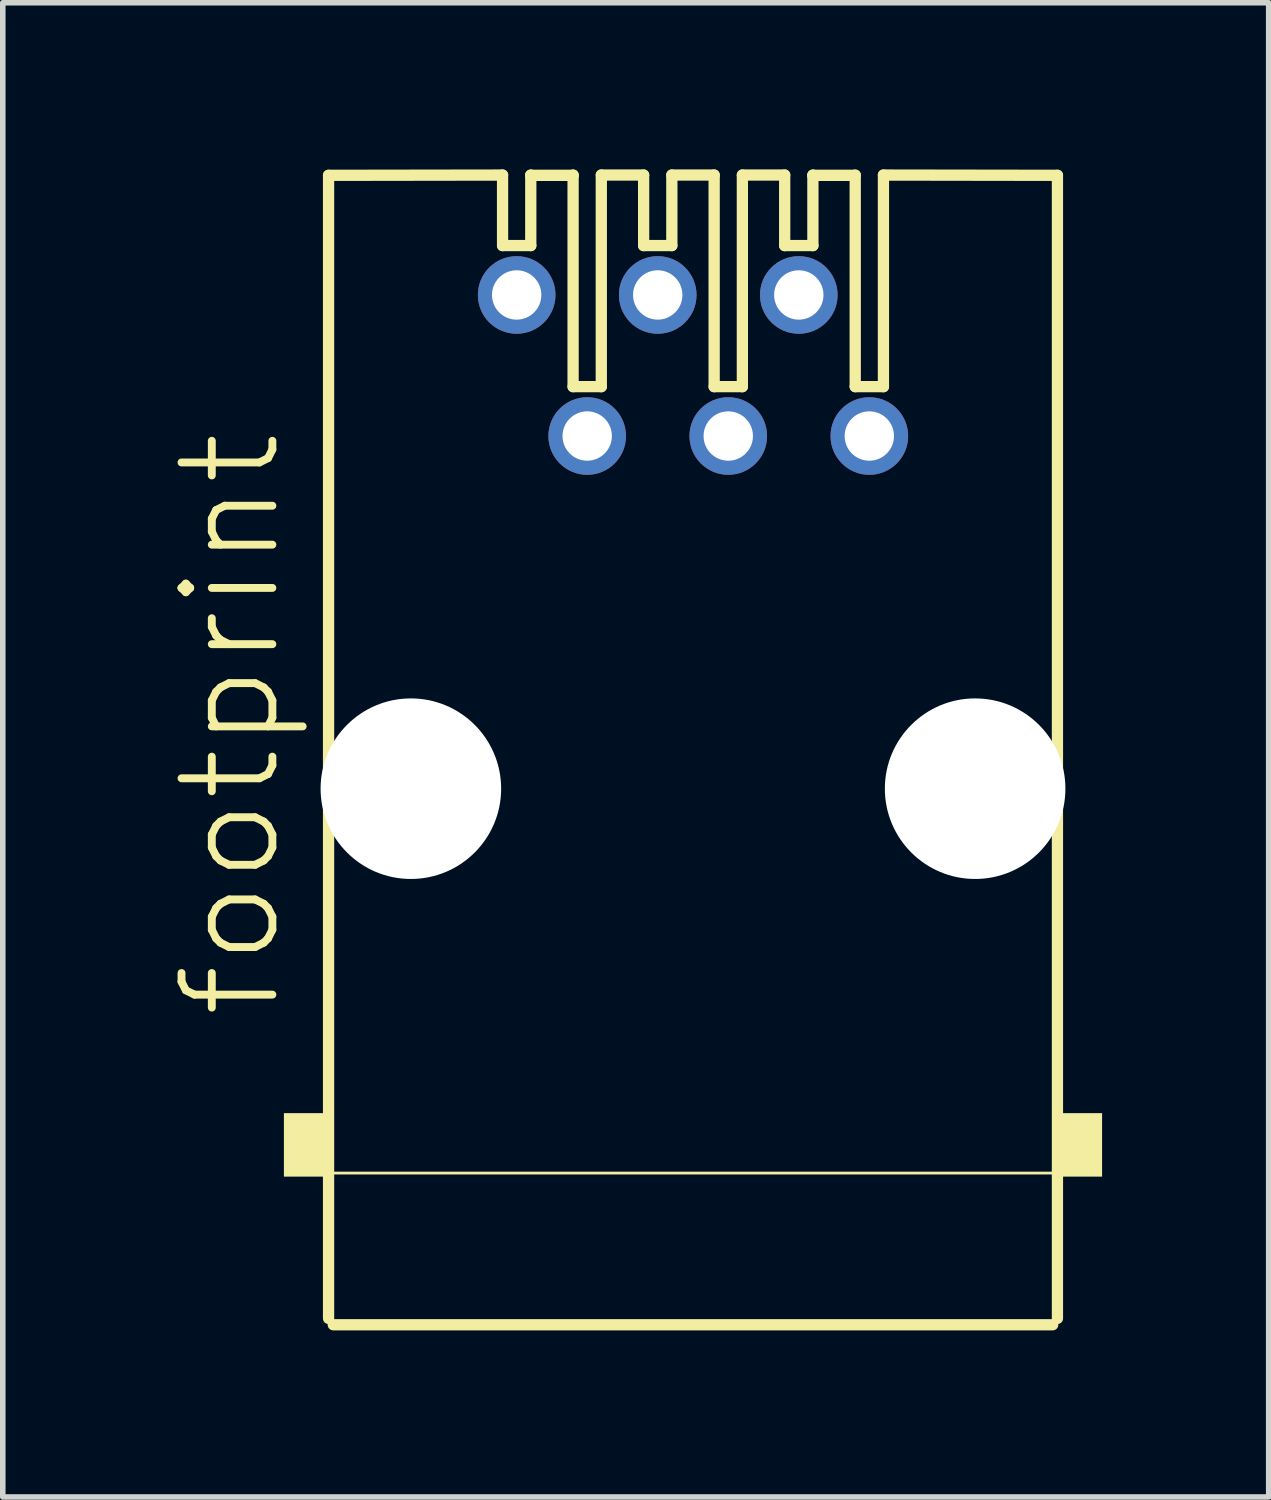
<source format=kicad_pcb>
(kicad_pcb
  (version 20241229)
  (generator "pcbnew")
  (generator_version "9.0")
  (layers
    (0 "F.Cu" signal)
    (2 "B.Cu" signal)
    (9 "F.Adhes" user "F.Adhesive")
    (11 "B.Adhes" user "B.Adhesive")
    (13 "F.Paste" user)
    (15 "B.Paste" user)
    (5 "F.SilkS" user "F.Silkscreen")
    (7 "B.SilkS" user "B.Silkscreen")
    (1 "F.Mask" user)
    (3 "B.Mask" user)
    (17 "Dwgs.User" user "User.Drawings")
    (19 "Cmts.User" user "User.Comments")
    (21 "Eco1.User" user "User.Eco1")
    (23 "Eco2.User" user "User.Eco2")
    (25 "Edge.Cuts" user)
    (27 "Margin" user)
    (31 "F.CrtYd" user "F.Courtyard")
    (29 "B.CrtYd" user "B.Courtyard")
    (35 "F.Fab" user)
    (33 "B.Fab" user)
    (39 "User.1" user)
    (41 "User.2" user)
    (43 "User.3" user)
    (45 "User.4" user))
  (footprint "footprint"
    (layer "F.Cu")
    (at 9.428 11.151)
    (property "Reference" "footprint" (at -7.366 4.191 90) (layer "F.SilkS") (effects (font (size 1.636 1.636) (thickness 0.142)) (justify left bottom)))
    (fp_line (start -6.562 -11.044) (end -3.429 -11.049) (stroke (width 0.203) (type solid)) (layer "F.SilkS"))
    (fp_line (start -6.562 9.538) (end -6.562 -11.044) (stroke (width 0.203) (type solid)) (layer "F.SilkS"))
    (fp_line (start -3.429 -11.049) (end -3.429 -9.779) (stroke (width 0.203) (type solid)) (layer "F.SilkS"))
    (fp_line (start -3.429 -9.779) (end -2.921 -9.779) (stroke (width 0.203) (type solid)) (layer "F.SilkS"))
    (fp_line (start -2.921 -11.049) (end -2.921 -11.044) (stroke (width 0.203) (type solid)) (layer "F.SilkS"))
    (fp_line (start -2.921 -11.044) (end -2.921 -9.779) (stroke (width 0.203) (type solid)) (layer "F.SilkS"))
    (fp_line (start -2.921 -11.044) (end -2.159 -11.044) (stroke (width 0.203) (type solid)) (layer "F.SilkS"))
    (fp_line (start -2.159 -11.049) (end -2.159 -11.044) (stroke (width 0.203) (type solid)) (layer "F.SilkS"))
    (fp_line (start -2.159 -11.044) (end -2.159 -7.239) (stroke (width 0.203) (type solid)) (layer "F.SilkS"))
    (fp_line (start -2.159 -7.239) (end -1.651 -7.239) (stroke (width 0.203) (type solid)) (layer "F.SilkS"))
    (fp_line (start -1.651 -11.049) (end -1.651 -7.239) (stroke (width 0.203) (type solid)) (layer "F.SilkS"))
    (fp_line (start -1.651 -11.049) (end -0.889 -11.049) (stroke (width 0.203) (type solid)) (layer "F.SilkS"))
    (fp_line (start -0.889 -11.049) (end -0.889 -9.779) (stroke (width 0.203) (type solid)) (layer "F.SilkS"))
    (fp_line (start -0.889 -9.779) (end -0.381 -9.779) (stroke (width 0.203) (type solid)) (layer "F.SilkS"))
    (fp_line (start -0.381 -11.049) (end -0.381 -9.779) (stroke (width 0.203) (type solid)) (layer "F.SilkS"))
    (fp_line (start -0.381 -11.049) (end 0.381 -11.049) (stroke (width 0.203) (type solid)) (layer "F.SilkS"))
    (fp_line (start 0.381 -11.049) (end 0.381 -7.239) (stroke (width 0.203) (type solid)) (layer "F.SilkS"))
    (fp_line (start 0.381 -7.239) (end 0.889 -7.239) (stroke (width 0.203) (type solid)) (layer "F.SilkS"))
    (fp_line (start 0.889 -11.049) (end 0.889 -7.239) (stroke (width 0.203) (type solid)) (layer "F.SilkS"))
    (fp_line (start 0.889 -11.049) (end 1.651 -11.049) (stroke (width 0.203) (type solid)) (layer "F.SilkS"))
    (fp_line (start 1.651 -11.049) (end 1.651 -9.779) (stroke (width 0.203) (type solid)) (layer "F.SilkS"))
    (fp_line (start 1.651 -9.779) (end 2.159 -9.779) (stroke (width 0.203) (type solid)) (layer "F.SilkS"))
    (fp_line (start 2.159 -11.049) (end 2.159 -11.044) (stroke (width 0.203) (type solid)) (layer "F.SilkS"))
    (fp_line (start 2.159 -11.044) (end 2.159 -9.779) (stroke (width 0.203) (type solid)) (layer "F.SilkS"))
    (fp_line (start 2.159 -11.044) (end 2.921 -11.044) (stroke (width 0.203) (type solid)) (layer "F.SilkS"))
    (fp_line (start 2.921 -11.049) (end 2.921 -7.239) (stroke (width 0.203) (type solid)) (layer "F.SilkS"))
    (fp_line (start 2.921 -7.239) (end 3.429 -7.239) (stroke (width 0.203) (type solid)) (layer "F.SilkS"))
    (fp_line (start 3.429 -11.049) (end 3.429 -7.239) (stroke (width 0.203) (type solid)) (layer "F.SilkS"))
    (fp_line (start 3.429 -11.049) (end 6.562 -11.044) (stroke (width 0.203) (type solid)) (layer "F.SilkS"))
    (fp_line (start 6.477 9.652) (end -6.477 9.652) (stroke (width 0.203) (type solid)) (layer "F.SilkS"))
    (fp_line (start 6.54 6.921) (end -6.54 6.921) (stroke (width 0.051) (type solid)) (layer "F.SilkS"))
    (fp_line (start 6.562 -11.044) (end 6.562 9.538) (stroke (width 0.203) (type solid)) (layer "F.SilkS"))
    (fp_poly (pts (xy -7.366 6.985) (xy -6.604 6.985) (xy -6.604 5.842) (xy -7.366 5.842)) (stroke (width 0) (type solid)) (fill yes) (layer "F.SilkS"))
    (fp_poly (pts (xy 6.604 6.985) (xy 7.366 6.985) (xy 7.366 5.842) (xy 6.604 5.842)) (stroke (width 0) (type solid)) (fill yes) (layer "F.SilkS"))
    (pad "" np_thru_hole circle (at -5.08 0) (size 3.251 3.251) (drill 3.251) (layers "*.Cu" "*.Mask"))
    (pad "" np_thru_hole circle (at 5.08 0) (size 3.251 3.251) (drill 3.251) (layers "*.Cu" "*.Mask"))
    (pad "1" thru_hole circle (at -3.175 -8.89) (size 1.397 1.397) (drill 0.889) (layers "*.Cu" "*.Mask"))
    (pad "2" thru_hole circle (at -1.905 -6.35) (size 1.397 1.397) (drill 0.889) (layers "*.Cu" "*.Mask"))
    (pad "3" thru_hole circle (at -0.635 -8.89) (size 1.397 1.397) (drill 0.889) (layers "*.Cu" "*.Mask"))
    (pad "4" thru_hole circle (at 0.635 -6.35) (size 1.397 1.397) (drill 0.889) (layers "*.Cu" "*.Mask"))
    (pad "5" thru_hole circle (at 1.905 -8.89) (size 1.397 1.397) (drill 0.889) (layers "*.Cu" "*.Mask"))
    (pad "6" thru_hole circle (at 3.175 -6.35) (size 1.397 1.397) (drill 0.889) (layers "*.Cu" "*.Mask")))
  (gr_rect
    (start -3 -3)
    (end 19.794 23.904)
    (stroke (width 0.1) (type default))
    (fill no)
    (layer "Edge.Cuts")))
</source>
